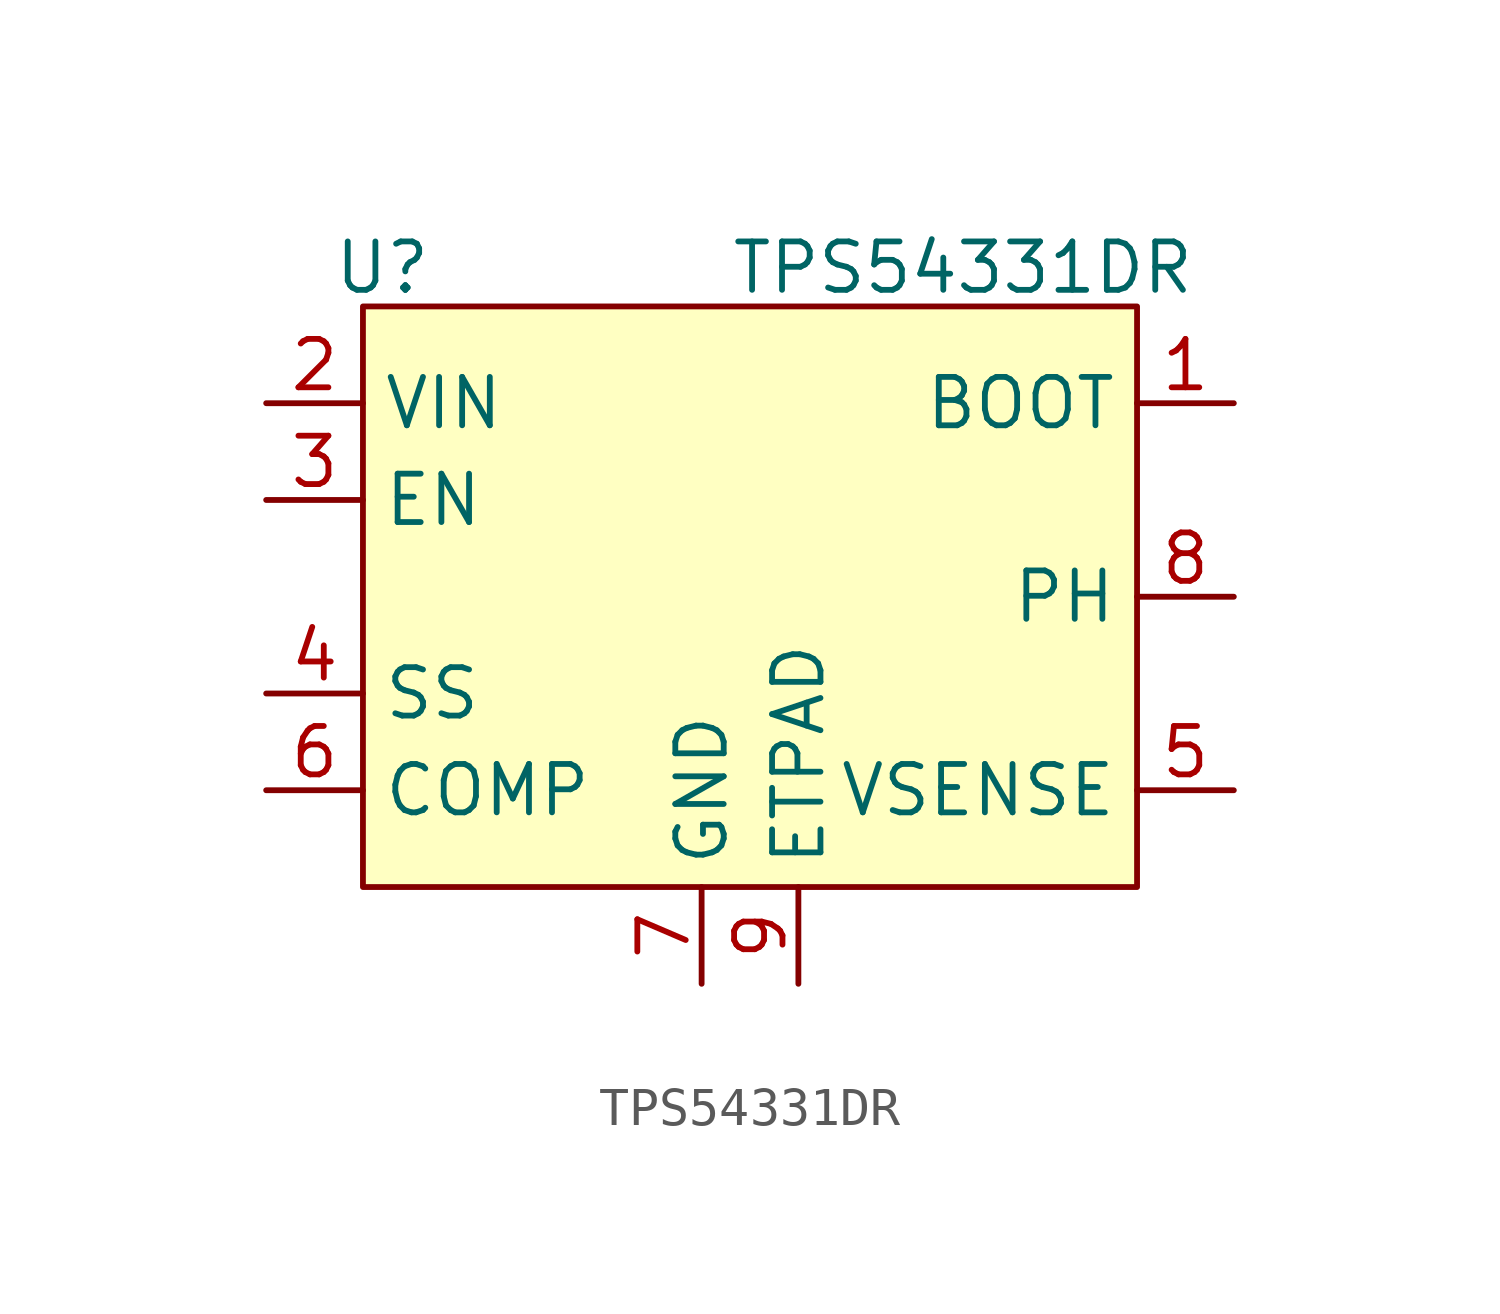
<source format=kicad_sym>
(kicad_symbol_lib
  (version 20231120)
  (generator "kicad_symbol_editor")
  (generator_version "8.0")
  (symbol "TPS54331DR"
    (property "Reference" "U"
      (at -9.652 1.016 0)
      (effects (font (size 1.27 1.27))))
    (property "Value" "TPS54331DR"
      (at 5.588 1.016 0)
      (effects (font (size 1.27 1.27))))
    (symbol "TPS54331DR_1_1"
      (rectangle (start -10.16 0) (end 10.16 -15.24) (stroke (width 0) (type default)) (fill (type background)))
      (pin unspecified line (at 12.7 -2.54 180) (length 2.54) (name "BOOT" (effects (font (size 1.27 1.27)))) (number "1" (effects (font (size 1.27 1.27)))))
      (pin power_in line (at -12.7 -2.54 0) (length 2.54) (name "VIN" (effects (font (size 1.27 1.27)))) (number "2" (effects (font (size 1.27 1.27)))))
      (pin unspecified line (at -12.7 -5.08 0) (length 2.54) (name "EN" (effects (font (size 1.27 1.27)))) (number "3" (effects (font (size 1.27 1.27)))))
      (pin unspecified line (at -12.7 -10.16 0) (length 2.54) (name "SS" (effects (font (size 1.27 1.27)))) (number "4" (effects (font (size 1.27 1.27)))))
      (pin unspecified line (at 12.7 -12.7 180) (length 2.54) (name "VSENSE" (effects (font (size 1.27 1.27)))) (number "5" (effects (font (size 1.27 1.27)))))
      (pin unspecified line (at -12.7 -12.7 0) (length 2.54) (name "COMP" (effects (font (size 1.27 1.27)))) (number "6" (effects (font (size 1.27 1.27)))))
      (pin unspecified line (at -1.27 -17.78 90) (length 2.54) (name "GND" (effects (font (size 1.27 1.27)))) (number "7" (effects (font (size 1.27 1.27)))))
      (pin unspecified line (at 12.7 -7.62 180) (length 2.54) (name "PH" (effects (font (size 1.27 1.27)))) (number "8" (effects (font (size 1.27 1.27)))))
      (pin unspecified line (at 1.27 -17.78 90) (length 2.54) (name "ETPAD" (effects (font (size 1.27 1.27)))) (number "9" (effects (font (size 1.27 1.27))))))))
</source>
